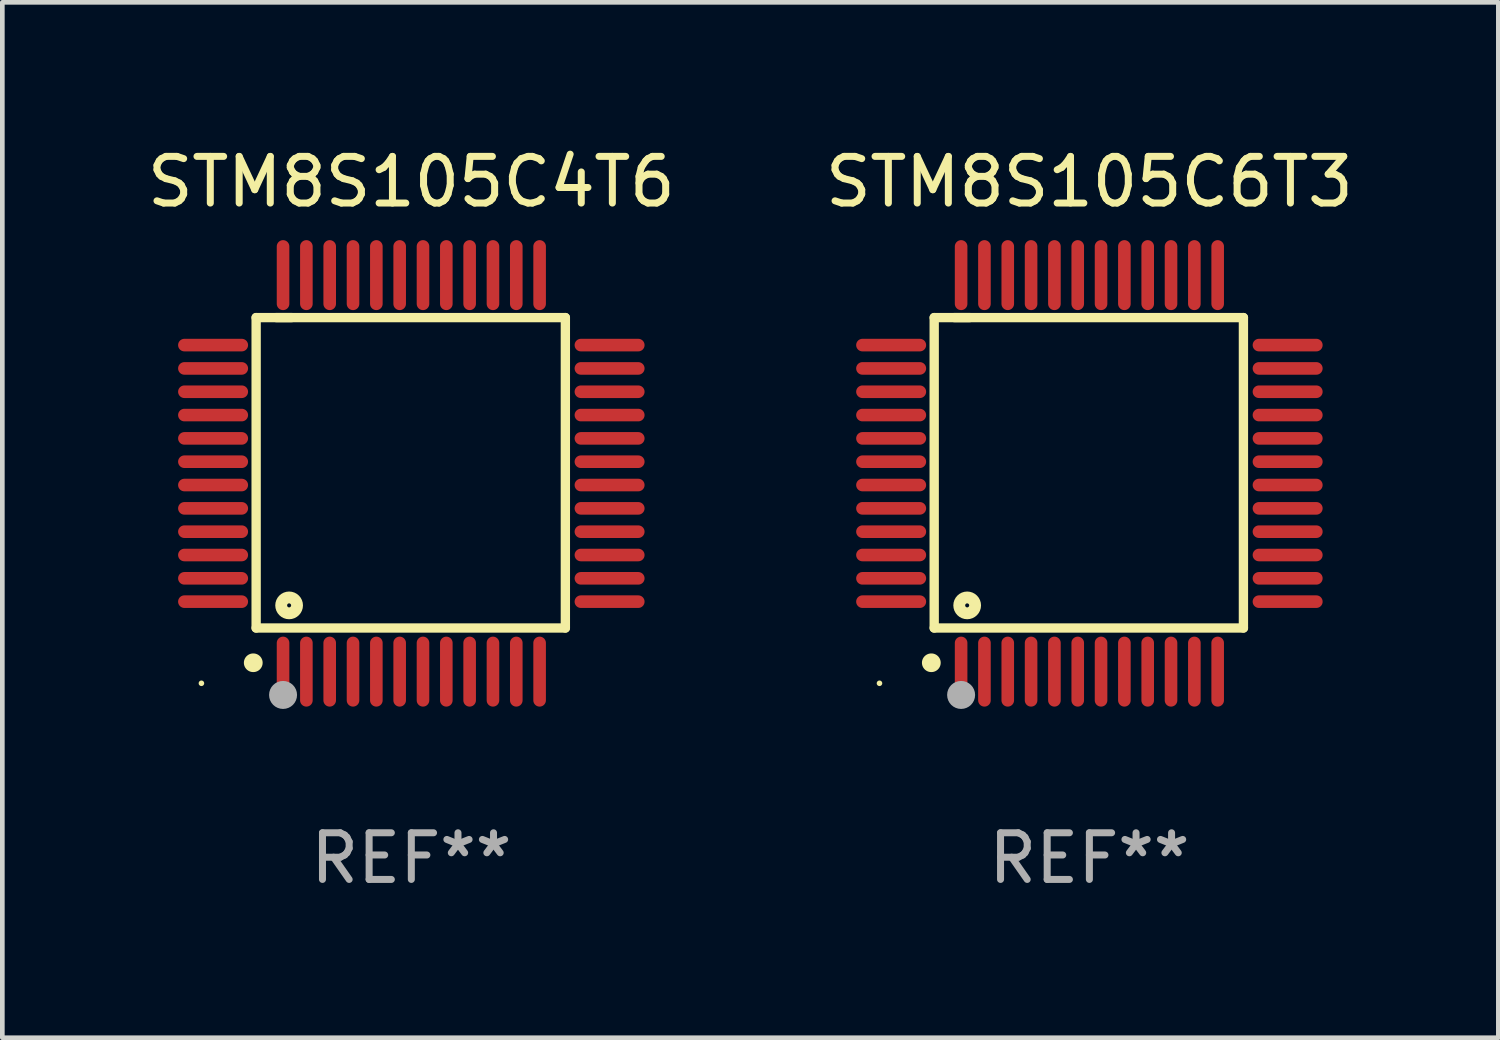
<source format=kicad_pcb>
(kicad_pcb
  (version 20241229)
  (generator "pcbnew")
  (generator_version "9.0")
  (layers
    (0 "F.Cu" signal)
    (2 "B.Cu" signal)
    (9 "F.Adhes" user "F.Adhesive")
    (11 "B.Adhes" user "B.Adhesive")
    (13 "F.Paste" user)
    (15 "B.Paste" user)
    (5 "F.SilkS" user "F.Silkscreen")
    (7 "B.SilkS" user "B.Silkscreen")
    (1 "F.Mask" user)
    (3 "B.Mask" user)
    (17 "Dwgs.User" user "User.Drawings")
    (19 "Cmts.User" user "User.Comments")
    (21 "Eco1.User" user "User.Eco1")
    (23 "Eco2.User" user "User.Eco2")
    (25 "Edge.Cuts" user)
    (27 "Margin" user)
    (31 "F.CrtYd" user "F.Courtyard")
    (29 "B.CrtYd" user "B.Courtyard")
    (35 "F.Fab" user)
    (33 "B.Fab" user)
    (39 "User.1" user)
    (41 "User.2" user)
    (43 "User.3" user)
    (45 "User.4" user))
  (footprint "STM8S105C6T3"
    (layer "F.Cu")
    (at 20.304 7.098)
    (property "Reference" "STM8S105C6T3" (at 0 -6.25 0) (layer "F.SilkS") (effects (font (size 1 1) (thickness 0.15))))
    (attr through_hole)
    (fp_line (start -3.327 -3.34) (end -2.565 -3.34) (stroke (width 0.2) (type solid)) (layer "F.SilkS"))
    (fp_line (start -3.327 3.315) (end -3.327 -3.34) (stroke (width 0.2) (type solid)) (layer "F.SilkS"))
    (fp_line (start -2.896 -3.34) (end 3.302 -3.34) (stroke (width 0.2) (type solid)) (layer "F.SilkS"))
    (fp_line (start 3.302 -3.34) (end 3.302 3.315) (stroke (width 0.2) (type solid)) (layer "F.SilkS"))
    (fp_line (start 3.302 3.315) (end -3.327 3.315) (stroke (width 0.2) (type solid)) (layer "F.SilkS"))
    (fp_arc (start -3.389992 4.059995) (mid -3.388722 4.059991) (end -3.387452 4.059995) (stroke (width 0.4) (type solid)) (layer "F.SilkS"))
    (fp_circle (center -4.5 4.5) (end -4.47 4.5) (stroke (width 0.06) (type solid)) (fill no) (layer "F.SilkS"))
    (fp_circle (center -2.62 2.83) (end -2.45 2.83) (stroke (width 0.254) (type solid)) (fill no) (layer "F.SilkS"))
    (fp_circle (center -2.75 4.75) (end -2.6 4.75) (stroke (width 0.3) (type solid)) (fill no) (layer "F.Fab"))
    (fp_text user "REF**" (at 0 8.25 0) (layer "F.Fab") (effects (font (size 1 1) (thickness 0.15))))
    (pad "1" smd oval (at -2.75 4.25) (size 0.27 1.5) (layers "F.Cu" "F.Mask" "F.Paste"))
    (pad "2" smd oval (at -2.25 4.25) (size 0.27 1.5) (layers "F.Cu" "F.Mask" "F.Paste"))
    (pad "3" smd oval (at -1.75 4.25) (size 0.27 1.5) (layers "F.Cu" "F.Mask" "F.Paste"))
    (pad "4" smd oval (at -1.25 4.25) (size 0.27 1.5) (layers "F.Cu" "F.Mask" "F.Paste"))
    (pad "5" smd oval (at -0.75 4.25) (size 0.27 1.5) (layers "F.Cu" "F.Mask" "F.Paste"))
    (pad "6" smd oval (at -0.25 4.25) (size 0.27 1.5) (layers "F.Cu" "F.Mask" "F.Paste"))
    (pad "7" smd oval (at 0.25 4.25) (size 0.27 1.5) (layers "F.Cu" "F.Mask" "F.Paste"))
    (pad "8" smd oval (at 0.75 4.25) (size 0.27 1.5) (layers "F.Cu" "F.Mask" "F.Paste"))
    (pad "9" smd oval (at 1.25 4.25) (size 0.27 1.5) (layers "F.Cu" "F.Mask" "F.Paste"))
    (pad "10" smd oval (at 1.75 4.25) (size 0.27 1.5) (layers "F.Cu" "F.Mask" "F.Paste"))
    (pad "11" smd oval (at 2.25 4.25) (size 0.27 1.5) (layers "F.Cu" "F.Mask" "F.Paste"))
    (pad "12" smd oval (at 2.75 4.25) (size 0.27 1.5) (layers "F.Cu" "F.Mask" "F.Paste"))
    (pad "13" smd oval (at 4.25 2.75) (size 1.5 0.27) (layers "F.Cu" "F.Mask" "F.Paste"))
    (pad "14" smd oval (at 4.25 2.25) (size 1.5 0.27) (layers "F.Cu" "F.Mask" "F.Paste"))
    (pad "15" smd oval (at 4.25 1.75) (size 1.5 0.27) (layers "F.Cu" "F.Mask" "F.Paste"))
    (pad "16" smd oval (at 4.25 1.25) (size 1.5 0.27) (layers "F.Cu" "F.Mask" "F.Paste"))
    (pad "17" smd oval (at 4.25 0.75) (size 1.5 0.27) (layers "F.Cu" "F.Mask" "F.Paste"))
    (pad "18" smd oval (at 4.25 0.25) (size 1.5 0.27) (layers "F.Cu" "F.Mask" "F.Paste"))
    (pad "19" smd oval (at 4.25 -0.25) (size 1.5 0.27) (layers "F.Cu" "F.Mask" "F.Paste"))
    (pad "20" smd oval (at 4.25 -0.75) (size 1.5 0.27) (layers "F.Cu" "F.Mask" "F.Paste"))
    (pad "21" smd oval (at 4.25 -1.25) (size 1.5 0.27) (layers "F.Cu" "F.Mask" "F.Paste"))
    (pad "22" smd oval (at 4.25 -1.75) (size 1.5 0.27) (layers "F.Cu" "F.Mask" "F.Paste"))
    (pad "23" smd oval (at 4.25 -2.25) (size 1.5 0.27) (layers "F.Cu" "F.Mask" "F.Paste"))
    (pad "24" smd oval (at 4.25 -2.75) (size 1.5 0.27) (layers "F.Cu" "F.Mask" "F.Paste"))
    (pad "25" smd oval (at 2.75 -4.25) (size 0.27 1.5) (layers "F.Cu" "F.Mask" "F.Paste"))
    (pad "26" smd oval (at 2.25 -4.25) (size 0.27 1.5) (layers "F.Cu" "F.Mask" "F.Paste"))
    (pad "27" smd oval (at 1.75 -4.25) (size 0.27 1.5) (layers "F.Cu" "F.Mask" "F.Paste"))
    (pad "28" smd oval (at 1.25 -4.25) (size 0.27 1.5) (layers "F.Cu" "F.Mask" "F.Paste"))
    (pad "29" smd oval (at 0.75 -4.25) (size 0.27 1.5) (layers "F.Cu" "F.Mask" "F.Paste"))
    (pad "30" smd oval (at 0.25 -4.25) (size 0.27 1.5) (layers "F.Cu" "F.Mask" "F.Paste"))
    (pad "31" smd oval (at -0.25 -4.25) (size 0.27 1.5) (layers "F.Cu" "F.Mask" "F.Paste"))
    (pad "32" smd oval (at -0.75 -4.25) (size 0.27 1.5) (layers "F.Cu" "F.Mask" "F.Paste"))
    (pad "33" smd oval (at -1.25 -4.25) (size 0.27 1.5) (layers "F.Cu" "F.Mask" "F.Paste"))
    (pad "34" smd oval (at -1.75 -4.25) (size 0.27 1.5) (layers "F.Cu" "F.Mask" "F.Paste"))
    (pad "35" smd oval (at -2.25 -4.25) (size 0.27 1.5) (layers "F.Cu" "F.Mask" "F.Paste"))
    (pad "36" smd oval (at -2.75 -4.25) (size 0.27 1.5) (layers "F.Cu" "F.Mask" "F.Paste"))
    (pad "37" smd oval (at -4.25 -2.75) (size 1.5 0.27) (layers "F.Cu" "F.Mask" "F.Paste"))
    (pad "38" smd oval (at -4.25 -2.25) (size 1.5 0.27) (layers "F.Cu" "F.Mask" "F.Paste"))
    (pad "39" smd oval (at -4.25 -1.75) (size 1.5 0.27) (layers "F.Cu" "F.Mask" "F.Paste"))
    (pad "40" smd oval (at -4.25 -1.25) (size 1.5 0.27) (layers "F.Cu" "F.Mask" "F.Paste"))
    (pad "41" smd oval (at -4.25 -0.75) (size 1.5 0.27) (layers "F.Cu" "F.Mask" "F.Paste"))
    (pad "42" smd oval (at -4.25 -0.25) (size 1.5 0.27) (layers "F.Cu" "F.Mask" "F.Paste"))
    (pad "43" smd oval (at -4.25 0.25) (size 1.5 0.27) (layers "F.Cu" "F.Mask" "F.Paste"))
    (pad "44" smd oval (at -4.25 0.75) (size 1.5 0.27) (layers "F.Cu" "F.Mask" "F.Paste"))
    (pad "45" smd oval (at -4.25 1.25) (size 1.5 0.27) (layers "F.Cu" "F.Mask" "F.Paste"))
    (pad "46" smd oval (at -4.25 1.75) (size 1.5 0.27) (layers "F.Cu" "F.Mask" "F.Paste"))
    (pad "47" smd oval (at -4.25 2.25) (size 1.5 0.27) (layers "F.Cu" "F.Mask" "F.Paste"))
    (pad "48" smd oval (at -4.25 2.75) (size 1.5 0.27) (layers "F.Cu" "F.Mask" "F.Paste")))
  (footprint "STM8S105C4T6"
    (layer "F.Cu")
    (at 5.768 7.098)
    (property "Reference" "STM8S105C4T6" (at 0 -6.25 0) (layer "F.SilkS") (effects (font (size 1 1) (thickness 0.15))))
    (attr through_hole)
    (fp_line (start -3.327 -3.34) (end -2.565 -3.34) (stroke (width 0.2) (type solid)) (layer "F.SilkS"))
    (fp_line (start -3.327 3.315) (end -3.327 -3.34) (stroke (width 0.2) (type solid)) (layer "F.SilkS"))
    (fp_line (start -2.896 -3.34) (end 3.302 -3.34) (stroke (width 0.2) (type solid)) (layer "F.SilkS"))
    (fp_line (start 3.302 -3.34) (end 3.302 3.315) (stroke (width 0.2) (type solid)) (layer "F.SilkS"))
    (fp_line (start 3.302 3.315) (end -3.327 3.315) (stroke (width 0.2) (type solid)) (layer "F.SilkS"))
    (fp_arc (start -3.389992 4.059995) (mid -3.388722 4.059991) (end -3.387452 4.059995) (stroke (width 0.4) (type solid)) (layer "F.SilkS"))
    (fp_circle (center -4.5 4.5) (end -4.47 4.5) (stroke (width 0.06) (type solid)) (fill no) (layer "F.SilkS"))
    (fp_circle (center -2.62 2.83) (end -2.45 2.83) (stroke (width 0.254) (type solid)) (fill no) (layer "F.SilkS"))
    (fp_circle (center -2.75 4.75) (end -2.6 4.75) (stroke (width 0.3) (type solid)) (fill no) (layer "F.Fab"))
    (fp_text user "REF**" (at 0 8.25 0) (layer "F.Fab") (effects (font (size 1 1) (thickness 0.15))))
    (pad "1" smd oval (at -2.75 4.25) (size 0.27 1.5) (layers "F.Cu" "F.Mask" "F.Paste"))
    (pad "2" smd oval (at -2.25 4.25) (size 0.27 1.5) (layers "F.Cu" "F.Mask" "F.Paste"))
    (pad "3" smd oval (at -1.75 4.25) (size 0.27 1.5) (layers "F.Cu" "F.Mask" "F.Paste"))
    (pad "4" smd oval (at -1.25 4.25) (size 0.27 1.5) (layers "F.Cu" "F.Mask" "F.Paste"))
    (pad "5" smd oval (at -0.75 4.25) (size 0.27 1.5) (layers "F.Cu" "F.Mask" "F.Paste"))
    (pad "6" smd oval (at -0.25 4.25) (size 0.27 1.5) (layers "F.Cu" "F.Mask" "F.Paste"))
    (pad "7" smd oval (at 0.25 4.25) (size 0.27 1.5) (layers "F.Cu" "F.Mask" "F.Paste"))
    (pad "8" smd oval (at 0.75 4.25) (size 0.27 1.5) (layers "F.Cu" "F.Mask" "F.Paste"))
    (pad "9" smd oval (at 1.25 4.25) (size 0.27 1.5) (layers "F.Cu" "F.Mask" "F.Paste"))
    (pad "10" smd oval (at 1.75 4.25) (size 0.27 1.5) (layers "F.Cu" "F.Mask" "F.Paste"))
    (pad "11" smd oval (at 2.25 4.25) (size 0.27 1.5) (layers "F.Cu" "F.Mask" "F.Paste"))
    (pad "12" smd oval (at 2.75 4.25) (size 0.27 1.5) (layers "F.Cu" "F.Mask" "F.Paste"))
    (pad "13" smd oval (at 4.25 2.75) (size 1.5 0.27) (layers "F.Cu" "F.Mask" "F.Paste"))
    (pad "14" smd oval (at 4.25 2.25) (size 1.5 0.27) (layers "F.Cu" "F.Mask" "F.Paste"))
    (pad "15" smd oval (at 4.25 1.75) (size 1.5 0.27) (layers "F.Cu" "F.Mask" "F.Paste"))
    (pad "16" smd oval (at 4.25 1.25) (size 1.5 0.27) (layers "F.Cu" "F.Mask" "F.Paste"))
    (pad "17" smd oval (at 4.25 0.75) (size 1.5 0.27) (layers "F.Cu" "F.Mask" "F.Paste"))
    (pad "18" smd oval (at 4.25 0.25) (size 1.5 0.27) (layers "F.Cu" "F.Mask" "F.Paste"))
    (pad "19" smd oval (at 4.25 -0.25) (size 1.5 0.27) (layers "F.Cu" "F.Mask" "F.Paste"))
    (pad "20" smd oval (at 4.25 -0.75) (size 1.5 0.27) (layers "F.Cu" "F.Mask" "F.Paste"))
    (pad "21" smd oval (at 4.25 -1.25) (size 1.5 0.27) (layers "F.Cu" "F.Mask" "F.Paste"))
    (pad "22" smd oval (at 4.25 -1.75) (size 1.5 0.27) (layers "F.Cu" "F.Mask" "F.Paste"))
    (pad "23" smd oval (at 4.25 -2.25) (size 1.5 0.27) (layers "F.Cu" "F.Mask" "F.Paste"))
    (pad "24" smd oval (at 4.25 -2.75) (size 1.5 0.27) (layers "F.Cu" "F.Mask" "F.Paste"))
    (pad "25" smd oval (at 2.75 -4.25) (size 0.27 1.5) (layers "F.Cu" "F.Mask" "F.Paste"))
    (pad "26" smd oval (at 2.25 -4.25) (size 0.27 1.5) (layers "F.Cu" "F.Mask" "F.Paste"))
    (pad "27" smd oval (at 1.75 -4.25) (size 0.27 1.5) (layers "F.Cu" "F.Mask" "F.Paste"))
    (pad "28" smd oval (at 1.25 -4.25) (size 0.27 1.5) (layers "F.Cu" "F.Mask" "F.Paste"))
    (pad "29" smd oval (at 0.75 -4.25) (size 0.27 1.5) (layers "F.Cu" "F.Mask" "F.Paste"))
    (pad "30" smd oval (at 0.25 -4.25) (size 0.27 1.5) (layers "F.Cu" "F.Mask" "F.Paste"))
    (pad "31" smd oval (at -0.25 -4.25) (size 0.27 1.5) (layers "F.Cu" "F.Mask" "F.Paste"))
    (pad "32" smd oval (at -0.75 -4.25) (size 0.27 1.5) (layers "F.Cu" "F.Mask" "F.Paste"))
    (pad "33" smd oval (at -1.25 -4.25) (size 0.27 1.5) (layers "F.Cu" "F.Mask" "F.Paste"))
    (pad "34" smd oval (at -1.75 -4.25) (size 0.27 1.5) (layers "F.Cu" "F.Mask" "F.Paste"))
    (pad "35" smd oval (at -2.25 -4.25) (size 0.27 1.5) (layers "F.Cu" "F.Mask" "F.Paste"))
    (pad "36" smd oval (at -2.75 -4.25) (size 0.27 1.5) (layers "F.Cu" "F.Mask" "F.Paste"))
    (pad "37" smd oval (at -4.25 -2.75) (size 1.5 0.27) (layers "F.Cu" "F.Mask" "F.Paste"))
    (pad "38" smd oval (at -4.25 -2.25) (size 1.5 0.27) (layers "F.Cu" "F.Mask" "F.Paste"))
    (pad "39" smd oval (at -4.25 -1.75) (size 1.5 0.27) (layers "F.Cu" "F.Mask" "F.Paste"))
    (pad "40" smd oval (at -4.25 -1.25) (size 1.5 0.27) (layers "F.Cu" "F.Mask" "F.Paste"))
    (pad "41" smd oval (at -4.25 -0.75) (size 1.5 0.27) (layers "F.Cu" "F.Mask" "F.Paste"))
    (pad "42" smd oval (at -4.25 -0.25) (size 1.5 0.27) (layers "F.Cu" "F.Mask" "F.Paste"))
    (pad "43" smd oval (at -4.25 0.25) (size 1.5 0.27) (layers "F.Cu" "F.Mask" "F.Paste"))
    (pad "44" smd oval (at -4.25 0.75) (size 1.5 0.27) (layers "F.Cu" "F.Mask" "F.Paste"))
    (pad "45" smd oval (at -4.25 1.25) (size 1.5 0.27) (layers "F.Cu" "F.Mask" "F.Paste"))
    (pad "46" smd oval (at -4.25 1.75) (size 1.5 0.27) (layers "F.Cu" "F.Mask" "F.Paste"))
    (pad "47" smd oval (at -4.25 2.25) (size 1.5 0.27) (layers "F.Cu" "F.Mask" "F.Paste"))
    (pad "48" smd oval (at -4.25 2.75) (size 1.5 0.27) (layers "F.Cu" "F.Mask" "F.Paste")))
  (gr_rect
    (start -3 -3)
    (end 29.071 19.196)
    (stroke (width 0.1) (type default))
    (fill no)
    (layer "Edge.Cuts")))
</source>
